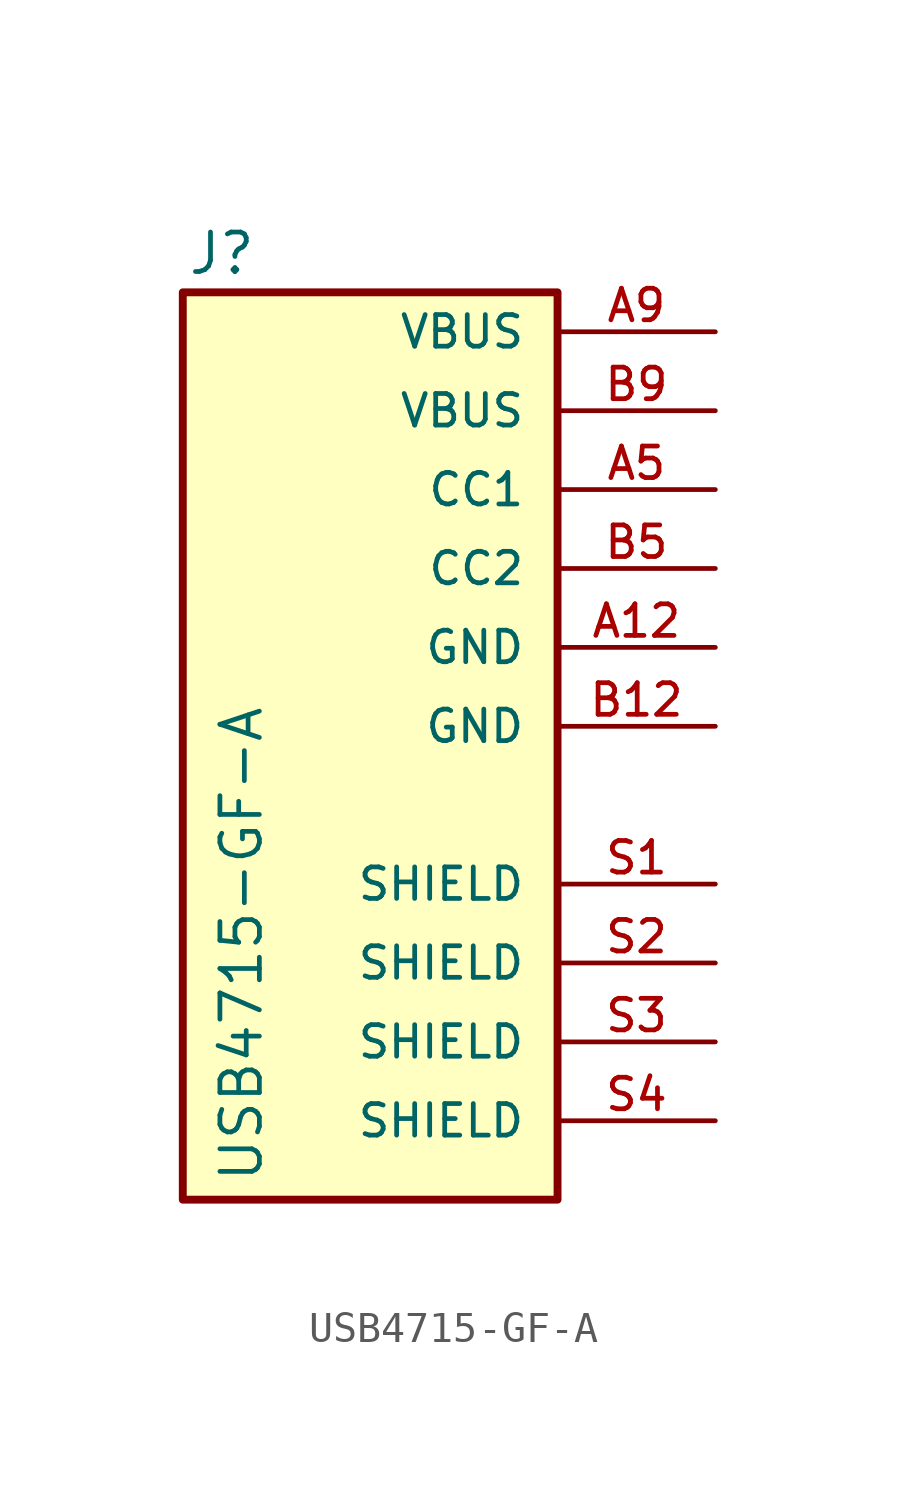
<source format=kicad_sym>
(kicad_symbol_lib
  (version 20241209)
  (generator "kicad_symbol_editor")
  (generator_version "9.0")
  (symbol "USB4715-GF-A"
    (pin_names
      (offset 1.016))
    (property "Reference" "J"
      (at -17.018 1.778 0)
      (effects (font (size 1.27 1.27)) (justify left bottom)))
    (property "Value" "USB4715-GF-A"
      (at -16.002 -27.432 90)
      (effects (font (size 1.27 1.27)) (justify left top)))
    (symbol "USB4715-GF-A_0_0"
      (rectangle (start -17.145 1.27) (end -5.08 -27.94) (stroke (width 0.254) (type default)) (fill (type background)))
      (pin passive line (at 0 0 180) (length 5.08) (name "VBUS" (effects (font (size 1.016 1.016)))) (number "A9" (effects (font (size 1.016 1.016)))))
      (pin passive line (at 0 -2.54 180) (length 5.08) (name "VBUS" (effects (font (size 1.016 1.016)))) (number "B9" (effects (font (size 1.016 1.016)))))
      (pin passive line (at 0 -5.08 180) (length 5.08) (name "CC1" (effects (font (size 1.016 1.016)))) (number "A5" (effects (font (size 1.016 1.016)))))
      (pin passive line (at 0 -7.62 180) (length 5.08) (name "CC2" (effects (font (size 1.016 1.016)))) (number "B5" (effects (font (size 1.016 1.016)))))
      (pin passive line (at 0 -10.16 180) (length 5.08) (name "GND" (effects (font (size 1.016 1.016)))) (number "A12" (effects (font (size 1.016 1.016)))))
      (pin passive line (at 0 -12.7 180) (length 5.08) (name "GND" (effects (font (size 1.016 1.016)))) (number "B12" (effects (font (size 1.016 1.016)))))
      (pin passive line (at 0 -17.78 180) (length 5.08) (name "SHIELD" (effects (font (size 1.016 1.016)))) (number "S1" (effects (font (size 1.016 1.016)))))
      (pin passive line (at 0 -20.32 180) (length 5.08) (name "SHIELD" (effects (font (size 1.016 1.016)))) (number "S2" (effects (font (size 1.016 1.016)))))
      (pin passive line (at 0 -22.86 180) (length 5.08) (name "SHIELD" (effects (font (size 1.016 1.016)))) (number "S3" (effects (font (size 1.016 1.016)))))
      (pin passive line (at 0 -25.4 180) (length 5.08) (name "SHIELD" (effects (font (size 1.016 1.016)))) (number "S4" (effects (font (size 1.016 1.016))))))))
</source>
